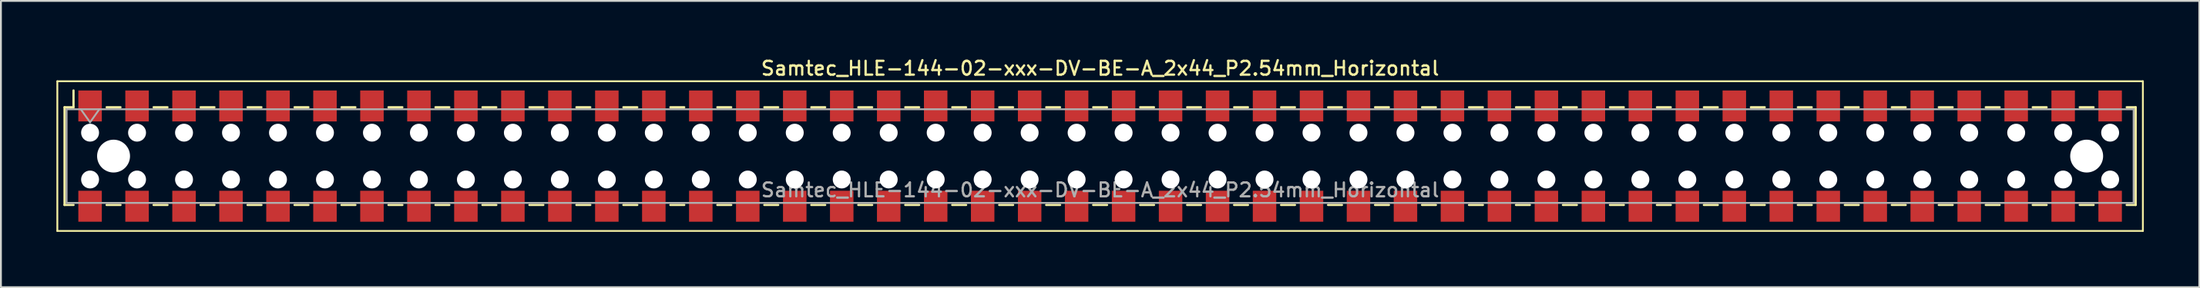
<source format=kicad_pcb>
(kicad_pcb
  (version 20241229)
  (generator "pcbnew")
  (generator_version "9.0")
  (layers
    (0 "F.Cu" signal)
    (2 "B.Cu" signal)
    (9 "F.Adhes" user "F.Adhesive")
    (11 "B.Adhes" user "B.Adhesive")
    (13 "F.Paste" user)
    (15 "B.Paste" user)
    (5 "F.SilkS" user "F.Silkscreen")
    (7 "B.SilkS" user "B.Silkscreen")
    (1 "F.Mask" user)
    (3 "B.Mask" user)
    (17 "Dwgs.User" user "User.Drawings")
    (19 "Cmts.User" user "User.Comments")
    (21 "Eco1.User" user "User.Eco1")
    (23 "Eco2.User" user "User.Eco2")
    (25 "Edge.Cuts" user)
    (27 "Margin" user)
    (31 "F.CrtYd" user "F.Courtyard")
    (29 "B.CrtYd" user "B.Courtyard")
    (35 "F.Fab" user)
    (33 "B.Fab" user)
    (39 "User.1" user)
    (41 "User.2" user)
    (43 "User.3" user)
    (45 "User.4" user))
  (footprint "Samtec_HLE-144-02-xxx-DV-BE-A_2x44_P2.54mm_Horizontal"
    (layer "F.Cu")
    (at 56.43 5.418)
    (property "Reference" "Samtec_HLE-144-02-xxx-DV-BE-A_2x44_P2.54mm_Horizontal" (at 0 -4.76 0) (layer "F.SilkS") (effects (font (size 0.75 0.75) (thickness 0.125))))
    (attr smd)
    (fp_line (start -56.38 -4.06) (end 56.38 -4.06) (stroke (width 0.1) (type solid)) (layer "F.SilkS"))
    (fp_line (start -56.38 4.06) (end -56.38 -4.06) (stroke (width 0.1) (type solid)) (layer "F.SilkS"))
    (fp_line (start -55.99 -2.65) (end -55.99 2.65) (stroke (width 0.12) (type solid)) (layer "F.SilkS"))
    (fp_line (start -55.99 2.65) (end -55.505 2.65) (stroke (width 0.12) (type solid)) (layer "F.SilkS"))
    (fp_line (start -55.505 -3.56) (end -55.505 -2.65) (stroke (width 0.12) (type solid)) (layer "F.SilkS"))
    (fp_line (start -55.505 -2.65) (end -55.99 -2.65) (stroke (width 0.12) (type solid)) (layer "F.SilkS"))
    (fp_line (start -53.715 -2.65) (end -52.965 -2.65) (stroke (width 0.12) (type solid)) (layer "F.SilkS"))
    (fp_line (start -53.715 2.65) (end -52.965 2.65) (stroke (width 0.12) (type solid)) (layer "F.SilkS"))
    (fp_line (start -51.175 -2.65) (end -50.425 -2.65) (stroke (width 0.12) (type solid)) (layer "F.SilkS"))
    (fp_line (start -51.175 2.65) (end -50.425 2.65) (stroke (width 0.12) (type solid)) (layer "F.SilkS"))
    (fp_line (start -48.635 -2.65) (end -47.885 -2.65) (stroke (width 0.12) (type solid)) (layer "F.SilkS"))
    (fp_line (start -48.635 2.65) (end -47.885 2.65) (stroke (width 0.12) (type solid)) (layer "F.SilkS"))
    (fp_line (start -46.095 -2.65) (end -45.345 -2.65) (stroke (width 0.12) (type solid)) (layer "F.SilkS"))
    (fp_line (start -46.095 2.65) (end -45.345 2.65) (stroke (width 0.12) (type solid)) (layer "F.SilkS"))
    (fp_line (start -43.555 -2.65) (end -42.805 -2.65) (stroke (width 0.12) (type solid)) (layer "F.SilkS"))
    (fp_line (start -43.555 2.65) (end -42.805 2.65) (stroke (width 0.12) (type solid)) (layer "F.SilkS"))
    (fp_line (start -41.015 -2.65) (end -40.265 -2.65) (stroke (width 0.12) (type solid)) (layer "F.SilkS"))
    (fp_line (start -41.015 2.65) (end -40.265 2.65) (stroke (width 0.12) (type solid)) (layer "F.SilkS"))
    (fp_line (start -38.475 -2.65) (end -37.725 -2.65) (stroke (width 0.12) (type solid)) (layer "F.SilkS"))
    (fp_line (start -38.475 2.65) (end -37.725 2.65) (stroke (width 0.12) (type solid)) (layer "F.SilkS"))
    (fp_line (start -35.935 -2.65) (end -35.185 -2.65) (stroke (width 0.12) (type solid)) (layer "F.SilkS"))
    (fp_line (start -35.935 2.65) (end -35.185 2.65) (stroke (width 0.12) (type solid)) (layer "F.SilkS"))
    (fp_line (start -33.395 -2.65) (end -32.645 -2.65) (stroke (width 0.12) (type solid)) (layer "F.SilkS"))
    (fp_line (start -33.395 2.65) (end -32.645 2.65) (stroke (width 0.12) (type solid)) (layer "F.SilkS"))
    (fp_line (start -30.855 -2.65) (end -30.105 -2.65) (stroke (width 0.12) (type solid)) (layer "F.SilkS"))
    (fp_line (start -30.855 2.65) (end -30.105 2.65) (stroke (width 0.12) (type solid)) (layer "F.SilkS"))
    (fp_line (start -28.315 -2.65) (end -27.565 -2.65) (stroke (width 0.12) (type solid)) (layer "F.SilkS"))
    (fp_line (start -28.315 2.65) (end -27.565 2.65) (stroke (width 0.12) (type solid)) (layer "F.SilkS"))
    (fp_line (start -25.775 -2.65) (end -25.025 -2.65) (stroke (width 0.12) (type solid)) (layer "F.SilkS"))
    (fp_line (start -25.775 2.65) (end -25.025 2.65) (stroke (width 0.12) (type solid)) (layer "F.SilkS"))
    (fp_line (start -23.235 -2.65) (end -22.485 -2.65) (stroke (width 0.12) (type solid)) (layer "F.SilkS"))
    (fp_line (start -23.235 2.65) (end -22.485 2.65) (stroke (width 0.12) (type solid)) (layer "F.SilkS"))
    (fp_line (start -20.695 -2.65) (end -19.945 -2.65) (stroke (width 0.12) (type solid)) (layer "F.SilkS"))
    (fp_line (start -20.695 2.65) (end -19.945 2.65) (stroke (width 0.12) (type solid)) (layer "F.SilkS"))
    (fp_line (start -18.155 -2.65) (end -17.405 -2.65) (stroke (width 0.12) (type solid)) (layer "F.SilkS"))
    (fp_line (start -18.155 2.65) (end -17.405 2.65) (stroke (width 0.12) (type solid)) (layer "F.SilkS"))
    (fp_line (start -15.615 -2.65) (end -14.865 -2.65) (stroke (width 0.12) (type solid)) (layer "F.SilkS"))
    (fp_line (start -15.615 2.65) (end -14.865 2.65) (stroke (width 0.12) (type solid)) (layer "F.SilkS"))
    (fp_line (start -13.075 -2.65) (end -12.325 -2.65) (stroke (width 0.12) (type solid)) (layer "F.SilkS"))
    (fp_line (start -13.075 2.65) (end -12.325 2.65) (stroke (width 0.12) (type solid)) (layer "F.SilkS"))
    (fp_line (start -10.535 -2.65) (end -9.785 -2.65) (stroke (width 0.12) (type solid)) (layer "F.SilkS"))
    (fp_line (start -10.535 2.65) (end -9.785 2.65) (stroke (width 0.12) (type solid)) (layer "F.SilkS"))
    (fp_line (start -7.995 -2.65) (end -7.245 -2.65) (stroke (width 0.12) (type solid)) (layer "F.SilkS"))
    (fp_line (start -7.995 2.65) (end -7.245 2.65) (stroke (width 0.12) (type solid)) (layer "F.SilkS"))
    (fp_line (start -5.455 -2.65) (end -4.705 -2.65) (stroke (width 0.12) (type solid)) (layer "F.SilkS"))
    (fp_line (start -5.455 2.65) (end -4.705 2.65) (stroke (width 0.12) (type solid)) (layer "F.SilkS"))
    (fp_line (start -2.915 -2.65) (end -2.165 -2.65) (stroke (width 0.12) (type solid)) (layer "F.SilkS"))
    (fp_line (start -2.915 2.65) (end -2.165 2.65) (stroke (width 0.12) (type solid)) (layer "F.SilkS"))
    (fp_line (start -0.375 -2.65) (end 0.375 -2.65) (stroke (width 0.12) (type solid)) (layer "F.SilkS"))
    (fp_line (start -0.375 2.65) (end 0.375 2.65) (stroke (width 0.12) (type solid)) (layer "F.SilkS"))
    (fp_line (start 2.165 -2.65) (end 2.915 -2.65) (stroke (width 0.12) (type solid)) (layer "F.SilkS"))
    (fp_line (start 2.165 2.65) (end 2.915 2.65) (stroke (width 0.12) (type solid)) (layer "F.SilkS"))
    (fp_line (start 4.705 -2.65) (end 5.455 -2.65) (stroke (width 0.12) (type solid)) (layer "F.SilkS"))
    (fp_line (start 4.705 2.65) (end 5.455 2.65) (stroke (width 0.12) (type solid)) (layer "F.SilkS"))
    (fp_line (start 7.245 -2.65) (end 7.995 -2.65) (stroke (width 0.12) (type solid)) (layer "F.SilkS"))
    (fp_line (start 7.245 2.65) (end 7.995 2.65) (stroke (width 0.12) (type solid)) (layer "F.SilkS"))
    (fp_line (start 9.785 -2.65) (end 10.535 -2.65) (stroke (width 0.12) (type solid)) (layer "F.SilkS"))
    (fp_line (start 9.785 2.65) (end 10.535 2.65) (stroke (width 0.12) (type solid)) (layer "F.SilkS"))
    (fp_line (start 12.325 -2.65) (end 13.075 -2.65) (stroke (width 0.12) (type solid)) (layer "F.SilkS"))
    (fp_line (start 12.325 2.65) (end 13.075 2.65) (stroke (width 0.12) (type solid)) (layer "F.SilkS"))
    (fp_line (start 14.865 -2.65) (end 15.615 -2.65) (stroke (width 0.12) (type solid)) (layer "F.SilkS"))
    (fp_line (start 14.865 2.65) (end 15.615 2.65) (stroke (width 0.12) (type solid)) (layer "F.SilkS"))
    (fp_line (start 17.405 -2.65) (end 18.155 -2.65) (stroke (width 0.12) (type solid)) (layer "F.SilkS"))
    (fp_line (start 17.405 2.65) (end 18.155 2.65) (stroke (width 0.12) (type solid)) (layer "F.SilkS"))
    (fp_line (start 19.945 -2.65) (end 20.695 -2.65) (stroke (width 0.12) (type solid)) (layer "F.SilkS"))
    (fp_line (start 19.945 2.65) (end 20.695 2.65) (stroke (width 0.12) (type solid)) (layer "F.SilkS"))
    (fp_line (start 22.485 -2.65) (end 23.235 -2.65) (stroke (width 0.12) (type solid)) (layer "F.SilkS"))
    (fp_line (start 22.485 2.65) (end 23.235 2.65) (stroke (width 0.12) (type solid)) (layer "F.SilkS"))
    (fp_line (start 25.025 -2.65) (end 25.775 -2.65) (stroke (width 0.12) (type solid)) (layer "F.SilkS"))
    (fp_line (start 25.025 2.65) (end 25.775 2.65) (stroke (width 0.12) (type solid)) (layer "F.SilkS"))
    (fp_line (start 27.565 -2.65) (end 28.315 -2.65) (stroke (width 0.12) (type solid)) (layer "F.SilkS"))
    (fp_line (start 27.565 2.65) (end 28.315 2.65) (stroke (width 0.12) (type solid)) (layer "F.SilkS"))
    (fp_line (start 30.105 -2.65) (end 30.855 -2.65) (stroke (width 0.12) (type solid)) (layer "F.SilkS"))
    (fp_line (start 30.105 2.65) (end 30.855 2.65) (stroke (width 0.12) (type solid)) (layer "F.SilkS"))
    (fp_line (start 32.645 -2.65) (end 33.395 -2.65) (stroke (width 0.12) (type solid)) (layer "F.SilkS"))
    (fp_line (start 32.645 2.65) (end 33.395 2.65) (stroke (width 0.12) (type solid)) (layer "F.SilkS"))
    (fp_line (start 35.185 -2.65) (end 35.935 -2.65) (stroke (width 0.12) (type solid)) (layer "F.SilkS"))
    (fp_line (start 35.185 2.65) (end 35.935 2.65) (stroke (width 0.12) (type solid)) (layer "F.SilkS"))
    (fp_line (start 37.725 -2.65) (end 38.475 -2.65) (stroke (width 0.12) (type solid)) (layer "F.SilkS"))
    (fp_line (start 37.725 2.65) (end 38.475 2.65) (stroke (width 0.12) (type solid)) (layer "F.SilkS"))
    (fp_line (start 40.265 -2.65) (end 41.015 -2.65) (stroke (width 0.12) (type solid)) (layer "F.SilkS"))
    (fp_line (start 40.265 2.65) (end 41.015 2.65) (stroke (width 0.12) (type solid)) (layer "F.SilkS"))
    (fp_line (start 42.805 -2.65) (end 43.555 -2.65) (stroke (width 0.12) (type solid)) (layer "F.SilkS"))
    (fp_line (start 42.805 2.65) (end 43.555 2.65) (stroke (width 0.12) (type solid)) (layer "F.SilkS"))
    (fp_line (start 45.345 -2.65) (end 46.095 -2.65) (stroke (width 0.12) (type solid)) (layer "F.SilkS"))
    (fp_line (start 45.345 2.65) (end 46.095 2.65) (stroke (width 0.12) (type solid)) (layer "F.SilkS"))
    (fp_line (start 47.885 -2.65) (end 48.635 -2.65) (stroke (width 0.12) (type solid)) (layer "F.SilkS"))
    (fp_line (start 47.885 2.65) (end 48.635 2.65) (stroke (width 0.12) (type solid)) (layer "F.SilkS"))
    (fp_line (start 50.425 -2.65) (end 51.175 -2.65) (stroke (width 0.12) (type solid)) (layer "F.SilkS"))
    (fp_line (start 50.425 2.65) (end 51.175 2.65) (stroke (width 0.12) (type solid)) (layer "F.SilkS"))
    (fp_line (start 52.965 -2.65) (end 53.715 -2.65) (stroke (width 0.12) (type solid)) (layer "F.SilkS"))
    (fp_line (start 52.965 2.65) (end 53.715 2.65) (stroke (width 0.12) (type solid)) (layer "F.SilkS"))
    (fp_line (start 55.505 -2.65) (end 55.99 -2.65) (stroke (width 0.12) (type solid)) (layer "F.SilkS"))
    (fp_line (start 55.99 -2.65) (end 55.99 2.65) (stroke (width 0.12) (type solid)) (layer "F.SilkS"))
    (fp_line (start 55.99 2.65) (end 55.505 2.65) (stroke (width 0.12) (type solid)) (layer "F.SilkS"))
    (fp_line (start 56.38 -4.06) (end 56.38 4.06) (stroke (width 0.1) (type solid)) (layer "F.SilkS"))
    (fp_line (start 56.38 4.06) (end -56.38 4.06) (stroke (width 0.1) (type solid)) (layer "F.SilkS"))
    (fp_line (start -55.88 -2.54) (end 55.88 -2.54) (stroke (width 0.1) (type solid)) (layer "F.Fab"))
    (fp_line (start -55.88 2.54) (end -55.88 -2.54) (stroke (width 0.1) (type solid)) (layer "F.Fab"))
    (fp_line (start -55.11 -2.54) (end -54.61 -1.833) (stroke (width 0.1) (type solid)) (layer "F.Fab"))
    (fp_line (start -54.61 -1.833) (end -54.11 -2.54) (stroke (width 0.1) (type solid)) (layer "F.Fab"))
    (fp_line (start 55.88 -2.54) (end 55.88 2.54) (stroke (width 0.1) (type solid)) (layer "F.Fab"))
    (fp_line (start 55.88 2.54) (end -55.88 2.54) (stroke (width 0.1) (type solid)) (layer "F.Fab"))
    (fp_text user "${REFERENCE}" (at 0 1.84 0) (layer "F.Fab") (effects (font (size 0.75 0.75) (thickness 0.125))))
    (pad "" np_thru_hole circle (at -54.61 -1.27) (size 0.97 0.97) (drill 0.97) (layers "*.Cu" "*.Mask"))
    (pad "" np_thru_hole circle (at -54.61 1.27) (size 0.97 0.97) (drill 0.97) (layers "*.Cu" "*.Mask"))
    (pad "" np_thru_hole circle (at -53.34 0) (size 1.78 1.78) (drill 1.78) (layers "*.Cu" "*.Mask"))
    (pad "" np_thru_hole circle (at -52.07 -1.27) (size 0.97 0.97) (drill 0.97) (layers "*.Cu" "*.Mask"))
    (pad "" np_thru_hole circle (at -52.07 1.27) (size 0.97 0.97) (drill 0.97) (layers "*.Cu" "*.Mask"))
    (pad "" np_thru_hole circle (at -49.53 -1.27) (size 0.97 0.97) (drill 0.97) (layers "*.Cu" "*.Mask"))
    (pad "" np_thru_hole circle (at -49.53 1.27) (size 0.97 0.97) (drill 0.97) (layers "*.Cu" "*.Mask"))
    (pad "" np_thru_hole circle (at -46.99 -1.27) (size 0.97 0.97) (drill 0.97) (layers "*.Cu" "*.Mask"))
    (pad "" np_thru_hole circle (at -46.99 1.27) (size 0.97 0.97) (drill 0.97) (layers "*.Cu" "*.Mask"))
    (pad "" np_thru_hole circle (at -44.45 -1.27) (size 0.97 0.97) (drill 0.97) (layers "*.Cu" "*.Mask"))
    (pad "" np_thru_hole circle (at -44.45 1.27) (size 0.97 0.97) (drill 0.97) (layers "*.Cu" "*.Mask"))
    (pad "" np_thru_hole circle (at -41.91 -1.27) (size 0.97 0.97) (drill 0.97) (layers "*.Cu" "*.Mask"))
    (pad "" np_thru_hole circle (at -41.91 1.27) (size 0.97 0.97) (drill 0.97) (layers "*.Cu" "*.Mask"))
    (pad "" np_thru_hole circle (at -39.37 -1.27) (size 0.97 0.97) (drill 0.97) (layers "*.Cu" "*.Mask"))
    (pad "" np_thru_hole circle (at -39.37 1.27) (size 0.97 0.97) (drill 0.97) (layers "*.Cu" "*.Mask"))
    (pad "" np_thru_hole circle (at -36.83 -1.27) (size 0.97 0.97) (drill 0.97) (layers "*.Cu" "*.Mask"))
    (pad "" np_thru_hole circle (at -36.83 1.27) (size 0.97 0.97) (drill 0.97) (layers "*.Cu" "*.Mask"))
    (pad "" np_thru_hole circle (at -34.29 -1.27) (size 0.97 0.97) (drill 0.97) (layers "*.Cu" "*.Mask"))
    (pad "" np_thru_hole circle (at -34.29 1.27) (size 0.97 0.97) (drill 0.97) (layers "*.Cu" "*.Mask"))
    (pad "" np_thru_hole circle (at -31.75 -1.27) (size 0.97 0.97) (drill 0.97) (layers "*.Cu" "*.Mask"))
    (pad "" np_thru_hole circle (at -31.75 1.27) (size 0.97 0.97) (drill 0.97) (layers "*.Cu" "*.Mask"))
    (pad "" np_thru_hole circle (at -29.21 -1.27) (size 0.97 0.97) (drill 0.97) (layers "*.Cu" "*.Mask"))
    (pad "" np_thru_hole circle (at -29.21 1.27) (size 0.97 0.97) (drill 0.97) (layers "*.Cu" "*.Mask"))
    (pad "" np_thru_hole circle (at -26.67 -1.27) (size 0.97 0.97) (drill 0.97) (layers "*.Cu" "*.Mask"))
    (pad "" np_thru_hole circle (at -26.67 1.27) (size 0.97 0.97) (drill 0.97) (layers "*.Cu" "*.Mask"))
    (pad "" np_thru_hole circle (at -24.13 -1.27) (size 0.97 0.97) (drill 0.97) (layers "*.Cu" "*.Mask"))
    (pad "" np_thru_hole circle (at -24.13 1.27) (size 0.97 0.97) (drill 0.97) (layers "*.Cu" "*.Mask"))
    (pad "" np_thru_hole circle (at -21.59 -1.27) (size 0.97 0.97) (drill 0.97) (layers "*.Cu" "*.Mask"))
    (pad "" np_thru_hole circle (at -21.59 1.27) (size 0.97 0.97) (drill 0.97) (layers "*.Cu" "*.Mask"))
    (pad "" np_thru_hole circle (at -19.05 -1.27) (size 0.97 0.97) (drill 0.97) (layers "*.Cu" "*.Mask"))
    (pad "" np_thru_hole circle (at -19.05 1.27) (size 0.97 0.97) (drill 0.97) (layers "*.Cu" "*.Mask"))
    (pad "" np_thru_hole circle (at -16.51 -1.27) (size 0.97 0.97) (drill 0.97) (layers "*.Cu" "*.Mask"))
    (pad "" np_thru_hole circle (at -16.51 1.27) (size 0.97 0.97) (drill 0.97) (layers "*.Cu" "*.Mask"))
    (pad "" np_thru_hole circle (at -13.97 -1.27) (size 0.97 0.97) (drill 0.97) (layers "*.Cu" "*.Mask"))
    (pad "" np_thru_hole circle (at -13.97 1.27) (size 0.97 0.97) (drill 0.97) (layers "*.Cu" "*.Mask"))
    (pad "" np_thru_hole circle (at -11.43 -1.27) (size 0.97 0.97) (drill 0.97) (layers "*.Cu" "*.Mask"))
    (pad "" np_thru_hole circle (at -11.43 1.27) (size 0.97 0.97) (drill 0.97) (layers "*.Cu" "*.Mask"))
    (pad "" np_thru_hole circle (at -8.89 -1.27) (size 0.97 0.97) (drill 0.97) (layers "*.Cu" "*.Mask"))
    (pad "" np_thru_hole circle (at -8.89 1.27) (size 0.97 0.97) (drill 0.97) (layers "*.Cu" "*.Mask"))
    (pad "" np_thru_hole circle (at -6.35 -1.27) (size 0.97 0.97) (drill 0.97) (layers "*.Cu" "*.Mask"))
    (pad "" np_thru_hole circle (at -6.35 1.27) (size 0.97 0.97) (drill 0.97) (layers "*.Cu" "*.Mask"))
    (pad "" np_thru_hole circle (at -3.81 -1.27) (size 0.97 0.97) (drill 0.97) (layers "*.Cu" "*.Mask"))
    (pad "" np_thru_hole circle (at -3.81 1.27) (size 0.97 0.97) (drill 0.97) (layers "*.Cu" "*.Mask"))
    (pad "" np_thru_hole circle (at -1.27 -1.27) (size 0.97 0.97) (drill 0.97) (layers "*.Cu" "*.Mask"))
    (pad "" np_thru_hole circle (at -1.27 1.27) (size 0.97 0.97) (drill 0.97) (layers "*.Cu" "*.Mask"))
    (pad "" np_thru_hole circle (at 1.27 -1.27) (size 0.97 0.97) (drill 0.97) (layers "*.Cu" "*.Mask"))
    (pad "" np_thru_hole circle (at 1.27 1.27) (size 0.97 0.97) (drill 0.97) (layers "*.Cu" "*.Mask"))
    (pad "" np_thru_hole circle (at 3.81 -1.27) (size 0.97 0.97) (drill 0.97) (layers "*.Cu" "*.Mask"))
    (pad "" np_thru_hole circle (at 3.81 1.27) (size 0.97 0.97) (drill 0.97) (layers "*.Cu" "*.Mask"))
    (pad "" np_thru_hole circle (at 6.35 -1.27) (size 0.97 0.97) (drill 0.97) (layers "*.Cu" "*.Mask"))
    (pad "" np_thru_hole circle (at 6.35 1.27) (size 0.97 0.97) (drill 0.97) (layers "*.Cu" "*.Mask"))
    (pad "" np_thru_hole circle (at 8.89 -1.27) (size 0.97 0.97) (drill 0.97) (layers "*.Cu" "*.Mask"))
    (pad "" np_thru_hole circle (at 8.89 1.27) (size 0.97 0.97) (drill 0.97) (layers "*.Cu" "*.Mask"))
    (pad "" np_thru_hole circle (at 11.43 -1.27) (size 0.97 0.97) (drill 0.97) (layers "*.Cu" "*.Mask"))
    (pad "" np_thru_hole circle (at 11.43 1.27) (size 0.97 0.97) (drill 0.97) (layers "*.Cu" "*.Mask"))
    (pad "" np_thru_hole circle (at 13.97 -1.27) (size 0.97 0.97) (drill 0.97) (layers "*.Cu" "*.Mask"))
    (pad "" np_thru_hole circle (at 13.97 1.27) (size 0.97 0.97) (drill 0.97) (layers "*.Cu" "*.Mask"))
    (pad "" np_thru_hole circle (at 16.51 -1.27) (size 0.97 0.97) (drill 0.97) (layers "*.Cu" "*.Mask"))
    (pad "" np_thru_hole circle (at 16.51 1.27) (size 0.97 0.97) (drill 0.97) (layers "*.Cu" "*.Mask"))
    (pad "" np_thru_hole circle (at 19.05 -1.27) (size 0.97 0.97) (drill 0.97) (layers "*.Cu" "*.Mask"))
    (pad "" np_thru_hole circle (at 19.05 1.27) (size 0.97 0.97) (drill 0.97) (layers "*.Cu" "*.Mask"))
    (pad "" np_thru_hole circle (at 21.59 -1.27) (size 0.97 0.97) (drill 0.97) (layers "*.Cu" "*.Mask"))
    (pad "" np_thru_hole circle (at 21.59 1.27) (size 0.97 0.97) (drill 0.97) (layers "*.Cu" "*.Mask"))
    (pad "" np_thru_hole circle (at 24.13 -1.27) (size 0.97 0.97) (drill 0.97) (layers "*.Cu" "*.Mask"))
    (pad "" np_thru_hole circle (at 24.13 1.27) (size 0.97 0.97) (drill 0.97) (layers "*.Cu" "*.Mask"))
    (pad "" np_thru_hole circle (at 26.67 -1.27) (size 0.97 0.97) (drill 0.97) (layers "*.Cu" "*.Mask"))
    (pad "" np_thru_hole circle (at 26.67 1.27) (size 0.97 0.97) (drill 0.97) (layers "*.Cu" "*.Mask"))
    (pad "" np_thru_hole circle (at 29.21 -1.27) (size 0.97 0.97) (drill 0.97) (layers "*.Cu" "*.Mask"))
    (pad "" np_thru_hole circle (at 29.21 1.27) (size 0.97 0.97) (drill 0.97) (layers "*.Cu" "*.Mask"))
    (pad "" np_thru_hole circle (at 31.75 -1.27) (size 0.97 0.97) (drill 0.97) (layers "*.Cu" "*.Mask"))
    (pad "" np_thru_hole circle (at 31.75 1.27) (size 0.97 0.97) (drill 0.97) (layers "*.Cu" "*.Mask"))
    (pad "" np_thru_hole circle (at 34.29 -1.27) (size 0.97 0.97) (drill 0.97) (layers "*.Cu" "*.Mask"))
    (pad "" np_thru_hole circle (at 34.29 1.27) (size 0.97 0.97) (drill 0.97) (layers "*.Cu" "*.Mask"))
    (pad "" np_thru_hole circle (at 36.83 -1.27) (size 0.97 0.97) (drill 0.97) (layers "*.Cu" "*.Mask"))
    (pad "" np_thru_hole circle (at 36.83 1.27) (size 0.97 0.97) (drill 0.97) (layers "*.Cu" "*.Mask"))
    (pad "" np_thru_hole circle (at 39.37 -1.27) (size 0.97 0.97) (drill 0.97) (layers "*.Cu" "*.Mask"))
    (pad "" np_thru_hole circle (at 39.37 1.27) (size 0.97 0.97) (drill 0.97) (layers "*.Cu" "*.Mask"))
    (pad "" np_thru_hole circle (at 41.91 -1.27) (size 0.97 0.97) (drill 0.97) (layers "*.Cu" "*.Mask"))
    (pad "" np_thru_hole circle (at 41.91 1.27) (size 0.97 0.97) (drill 0.97) (layers "*.Cu" "*.Mask"))
    (pad "" np_thru_hole circle (at 44.45 -1.27) (size 0.97 0.97) (drill 0.97) (layers "*.Cu" "*.Mask"))
    (pad "" np_thru_hole circle (at 44.45 1.27) (size 0.97 0.97) (drill 0.97) (layers "*.Cu" "*.Mask"))
    (pad "" np_thru_hole circle (at 46.99 -1.27) (size 0.97 0.97) (drill 0.97) (layers "*.Cu" "*.Mask"))
    (pad "" np_thru_hole circle (at 46.99 1.27) (size 0.97 0.97) (drill 0.97) (layers "*.Cu" "*.Mask"))
    (pad "" np_thru_hole circle (at 49.53 -1.27) (size 0.97 0.97) (drill 0.97) (layers "*.Cu" "*.Mask"))
    (pad "" np_thru_hole circle (at 49.53 1.27) (size 0.97 0.97) (drill 0.97) (layers "*.Cu" "*.Mask"))
    (pad "" np_thru_hole circle (at 52.07 -1.27) (size 0.97 0.97) (drill 0.97) (layers "*.Cu" "*.Mask"))
    (pad "" np_thru_hole circle (at 52.07 1.27) (size 0.97 0.97) (drill 0.97) (layers "*.Cu" "*.Mask"))
    (pad "" np_thru_hole circle (at 53.34 0) (size 1.78 1.78) (drill 1.78) (layers "*.Cu" "*.Mask"))
    (pad "" np_thru_hole circle (at 54.61 -1.27) (size 0.97 0.97) (drill 0.97) (layers "*.Cu" "*.Mask"))
    (pad "" np_thru_hole circle (at 54.61 1.27) (size 0.97 0.97) (drill 0.97) (layers "*.Cu" "*.Mask"))
    (pad "1" smd rect (at -54.61 -2.72) (size 1.27 1.68) (layers "F.Cu" "F.Mask" "F.Paste"))
    (pad "2" smd rect (at -54.61 2.72) (size 1.27 1.68) (layers "F.Cu" "F.Mask" "F.Paste"))
    (pad "3" smd rect (at -52.07 -2.72) (size 1.27 1.68) (layers "F.Cu" "F.Mask" "F.Paste"))
    (pad "4" smd rect (at -52.07 2.72) (size 1.27 1.68) (layers "F.Cu" "F.Mask" "F.Paste"))
    (pad "5" smd rect (at -49.53 -2.72) (size 1.27 1.68) (layers "F.Cu" "F.Mask" "F.Paste"))
    (pad "6" smd rect (at -49.53 2.72) (size 1.27 1.68) (layers "F.Cu" "F.Mask" "F.Paste"))
    (pad "7" smd rect (at -46.99 -2.72) (size 1.27 1.68) (layers "F.Cu" "F.Mask" "F.Paste"))
    (pad "8" smd rect (at -46.99 2.72) (size 1.27 1.68) (layers "F.Cu" "F.Mask" "F.Paste"))
    (pad "9" smd rect (at -44.45 -2.72) (size 1.27 1.68) (layers "F.Cu" "F.Mask" "F.Paste"))
    (pad "10" smd rect (at -44.45 2.72) (size 1.27 1.68) (layers "F.Cu" "F.Mask" "F.Paste"))
    (pad "11" smd rect (at -41.91 -2.72) (size 1.27 1.68) (layers "F.Cu" "F.Mask" "F.Paste"))
    (pad "12" smd rect (at -41.91 2.72) (size 1.27 1.68) (layers "F.Cu" "F.Mask" "F.Paste"))
    (pad "13" smd rect (at -39.37 -2.72) (size 1.27 1.68) (layers "F.Cu" "F.Mask" "F.Paste"))
    (pad "14" smd rect (at -39.37 2.72) (size 1.27 1.68) (layers "F.Cu" "F.Mask" "F.Paste"))
    (pad "15" smd rect (at -36.83 -2.72) (size 1.27 1.68) (layers "F.Cu" "F.Mask" "F.Paste"))
    (pad "16" smd rect (at -36.83 2.72) (size 1.27 1.68) (layers "F.Cu" "F.Mask" "F.Paste"))
    (pad "17" smd rect (at -34.29 -2.72) (size 1.27 1.68) (layers "F.Cu" "F.Mask" "F.Paste"))
    (pad "18" smd rect (at -34.29 2.72) (size 1.27 1.68) (layers "F.Cu" "F.Mask" "F.Paste"))
    (pad "19" smd rect (at -31.75 -2.72) (size 1.27 1.68) (layers "F.Cu" "F.Mask" "F.Paste"))
    (pad "20" smd rect (at -31.75 2.72) (size 1.27 1.68) (layers "F.Cu" "F.Mask" "F.Paste"))
    (pad "21" smd rect (at -29.21 -2.72) (size 1.27 1.68) (layers "F.Cu" "F.Mask" "F.Paste"))
    (pad "22" smd rect (at -29.21 2.72) (size 1.27 1.68) (layers "F.Cu" "F.Mask" "F.Paste"))
    (pad "23" smd rect (at -26.67 -2.72) (size 1.27 1.68) (layers "F.Cu" "F.Mask" "F.Paste"))
    (pad "24" smd rect (at -26.67 2.72) (size 1.27 1.68) (layers "F.Cu" "F.Mask" "F.Paste"))
    (pad "25" smd rect (at -24.13 -2.72) (size 1.27 1.68) (layers "F.Cu" "F.Mask" "F.Paste"))
    (pad "26" smd rect (at -24.13 2.72) (size 1.27 1.68) (layers "F.Cu" "F.Mask" "F.Paste"))
    (pad "27" smd rect (at -21.59 -2.72) (size 1.27 1.68) (layers "F.Cu" "F.Mask" "F.Paste"))
    (pad "28" smd rect (at -21.59 2.72) (size 1.27 1.68) (layers "F.Cu" "F.Mask" "F.Paste"))
    (pad "29" smd rect (at -19.05 -2.72) (size 1.27 1.68) (layers "F.Cu" "F.Mask" "F.Paste"))
    (pad "30" smd rect (at -19.05 2.72) (size 1.27 1.68) (layers "F.Cu" "F.Mask" "F.Paste"))
    (pad "31" smd rect (at -16.51 -2.72) (size 1.27 1.68) (layers "F.Cu" "F.Mask" "F.Paste"))
    (pad "32" smd rect (at -16.51 2.72) (size 1.27 1.68) (layers "F.Cu" "F.Mask" "F.Paste"))
    (pad "33" smd rect (at -13.97 -2.72) (size 1.27 1.68) (layers "F.Cu" "F.Mask" "F.Paste"))
    (pad "34" smd rect (at -13.97 2.72) (size 1.27 1.68) (layers "F.Cu" "F.Mask" "F.Paste"))
    (pad "35" smd rect (at -11.43 -2.72) (size 1.27 1.68) (layers "F.Cu" "F.Mask" "F.Paste"))
    (pad "36" smd rect (at -11.43 2.72) (size 1.27 1.68) (layers "F.Cu" "F.Mask" "F.Paste"))
    (pad "37" smd rect (at -8.89 -2.72) (size 1.27 1.68) (layers "F.Cu" "F.Mask" "F.Paste"))
    (pad "38" smd rect (at -8.89 2.72) (size 1.27 1.68) (layers "F.Cu" "F.Mask" "F.Paste"))
    (pad "39" smd rect (at -6.35 -2.72) (size 1.27 1.68) (layers "F.Cu" "F.Mask" "F.Paste"))
    (pad "40" smd rect (at -6.35 2.72) (size 1.27 1.68) (layers "F.Cu" "F.Mask" "F.Paste"))
    (pad "41" smd rect (at -3.81 -2.72) (size 1.27 1.68) (layers "F.Cu" "F.Mask" "F.Paste"))
    (pad "42" smd rect (at -3.81 2.72) (size 1.27 1.68) (layers "F.Cu" "F.Mask" "F.Paste"))
    (pad "43" smd rect (at -1.27 -2.72) (size 1.27 1.68) (layers "F.Cu" "F.Mask" "F.Paste"))
    (pad "44" smd rect (at -1.27 2.72) (size 1.27 1.68) (layers "F.Cu" "F.Mask" "F.Paste"))
    (pad "45" smd rect (at 1.27 -2.72) (size 1.27 1.68) (layers "F.Cu" "F.Mask" "F.Paste"))
    (pad "46" smd rect (at 1.27 2.72) (size 1.27 1.68) (layers "F.Cu" "F.Mask" "F.Paste"))
    (pad "47" smd rect (at 3.81 -2.72) (size 1.27 1.68) (layers "F.Cu" "F.Mask" "F.Paste"))
    (pad "48" smd rect (at 3.81 2.72) (size 1.27 1.68) (layers "F.Cu" "F.Mask" "F.Paste"))
    (pad "49" smd rect (at 6.35 -2.72) (size 1.27 1.68) (layers "F.Cu" "F.Mask" "F.Paste"))
    (pad "50" smd rect (at 6.35 2.72) (size 1.27 1.68) (layers "F.Cu" "F.Mask" "F.Paste"))
    (pad "51" smd rect (at 8.89 -2.72) (size 1.27 1.68) (layers "F.Cu" "F.Mask" "F.Paste"))
    (pad "52" smd rect (at 8.89 2.72) (size 1.27 1.68) (layers "F.Cu" "F.Mask" "F.Paste"))
    (pad "53" smd rect (at 11.43 -2.72) (size 1.27 1.68) (layers "F.Cu" "F.Mask" "F.Paste"))
    (pad "54" smd rect (at 11.43 2.72) (size 1.27 1.68) (layers "F.Cu" "F.Mask" "F.Paste"))
    (pad "55" smd rect (at 13.97 -2.72) (size 1.27 1.68) (layers "F.Cu" "F.Mask" "F.Paste"))
    (pad "56" smd rect (at 13.97 2.72) (size 1.27 1.68) (layers "F.Cu" "F.Mask" "F.Paste"))
    (pad "57" smd rect (at 16.51 -2.72) (size 1.27 1.68) (layers "F.Cu" "F.Mask" "F.Paste"))
    (pad "58" smd rect (at 16.51 2.72) (size 1.27 1.68) (layers "F.Cu" "F.Mask" "F.Paste"))
    (pad "59" smd rect (at 19.05 -2.72) (size 1.27 1.68) (layers "F.Cu" "F.Mask" "F.Paste"))
    (pad "60" smd rect (at 19.05 2.72) (size 1.27 1.68) (layers "F.Cu" "F.Mask" "F.Paste"))
    (pad "61" smd rect (at 21.59 -2.72) (size 1.27 1.68) (layers "F.Cu" "F.Mask" "F.Paste"))
    (pad "62" smd rect (at 21.59 2.72) (size 1.27 1.68) (layers "F.Cu" "F.Mask" "F.Paste"))
    (pad "63" smd rect (at 24.13 -2.72) (size 1.27 1.68) (layers "F.Cu" "F.Mask" "F.Paste"))
    (pad "64" smd rect (at 24.13 2.72) (size 1.27 1.68) (layers "F.Cu" "F.Mask" "F.Paste"))
    (pad "65" smd rect (at 26.67 -2.72) (size 1.27 1.68) (layers "F.Cu" "F.Mask" "F.Paste"))
    (pad "66" smd rect (at 26.67 2.72) (size 1.27 1.68) (layers "F.Cu" "F.Mask" "F.Paste"))
    (pad "67" smd rect (at 29.21 -2.72) (size 1.27 1.68) (layers "F.Cu" "F.Mask" "F.Paste"))
    (pad "68" smd rect (at 29.21 2.72) (size 1.27 1.68) (layers "F.Cu" "F.Mask" "F.Paste"))
    (pad "69" smd rect (at 31.75 -2.72) (size 1.27 1.68) (layers "F.Cu" "F.Mask" "F.Paste"))
    (pad "70" smd rect (at 31.75 2.72) (size 1.27 1.68) (layers "F.Cu" "F.Mask" "F.Paste"))
    (pad "71" smd rect (at 34.29 -2.72) (size 1.27 1.68) (layers "F.Cu" "F.Mask" "F.Paste"))
    (pad "72" smd rect (at 34.29 2.72) (size 1.27 1.68) (layers "F.Cu" "F.Mask" "F.Paste"))
    (pad "73" smd rect (at 36.83 -2.72) (size 1.27 1.68) (layers "F.Cu" "F.Mask" "F.Paste"))
    (pad "74" smd rect (at 36.83 2.72) (size 1.27 1.68) (layers "F.Cu" "F.Mask" "F.Paste"))
    (pad "75" smd rect (at 39.37 -2.72) (size 1.27 1.68) (layers "F.Cu" "F.Mask" "F.Paste"))
    (pad "76" smd rect (at 39.37 2.72) (size 1.27 1.68) (layers "F.Cu" "F.Mask" "F.Paste"))
    (pad "77" smd rect (at 41.91 -2.72) (size 1.27 1.68) (layers "F.Cu" "F.Mask" "F.Paste"))
    (pad "78" smd rect (at 41.91 2.72) (size 1.27 1.68) (layers "F.Cu" "F.Mask" "F.Paste"))
    (pad "79" smd rect (at 44.45 -2.72) (size 1.27 1.68) (layers "F.Cu" "F.Mask" "F.Paste"))
    (pad "80" smd rect (at 44.45 2.72) (size 1.27 1.68) (layers "F.Cu" "F.Mask" "F.Paste"))
    (pad "81" smd rect (at 46.99 -2.72) (size 1.27 1.68) (layers "F.Cu" "F.Mask" "F.Paste"))
    (pad "82" smd rect (at 46.99 2.72) (size 1.27 1.68) (layers "F.Cu" "F.Mask" "F.Paste"))
    (pad "83" smd rect (at 49.53 -2.72) (size 1.27 1.68) (layers "F.Cu" "F.Mask" "F.Paste"))
    (pad "84" smd rect (at 49.53 2.72) (size 1.27 1.68) (layers "F.Cu" "F.Mask" "F.Paste"))
    (pad "85" smd rect (at 52.07 -2.72) (size 1.27 1.68) (layers "F.Cu" "F.Mask" "F.Paste"))
    (pad "86" smd rect (at 52.07 2.72) (size 1.27 1.68) (layers "F.Cu" "F.Mask" "F.Paste"))
    (pad "87" smd rect (at 54.61 -2.72) (size 1.27 1.68) (layers "F.Cu" "F.Mask" "F.Paste"))
    (pad "88" smd rect (at 54.61 2.72) (size 1.27 1.68) (layers "F.Cu" "F.Mask" "F.Paste")))
  (gr_rect
    (start -3 -3)
    (end 115.86 12.528)
    (stroke (width 0.1) (type default))
    (fill no)
    (layer "Edge.Cuts")))
</source>
